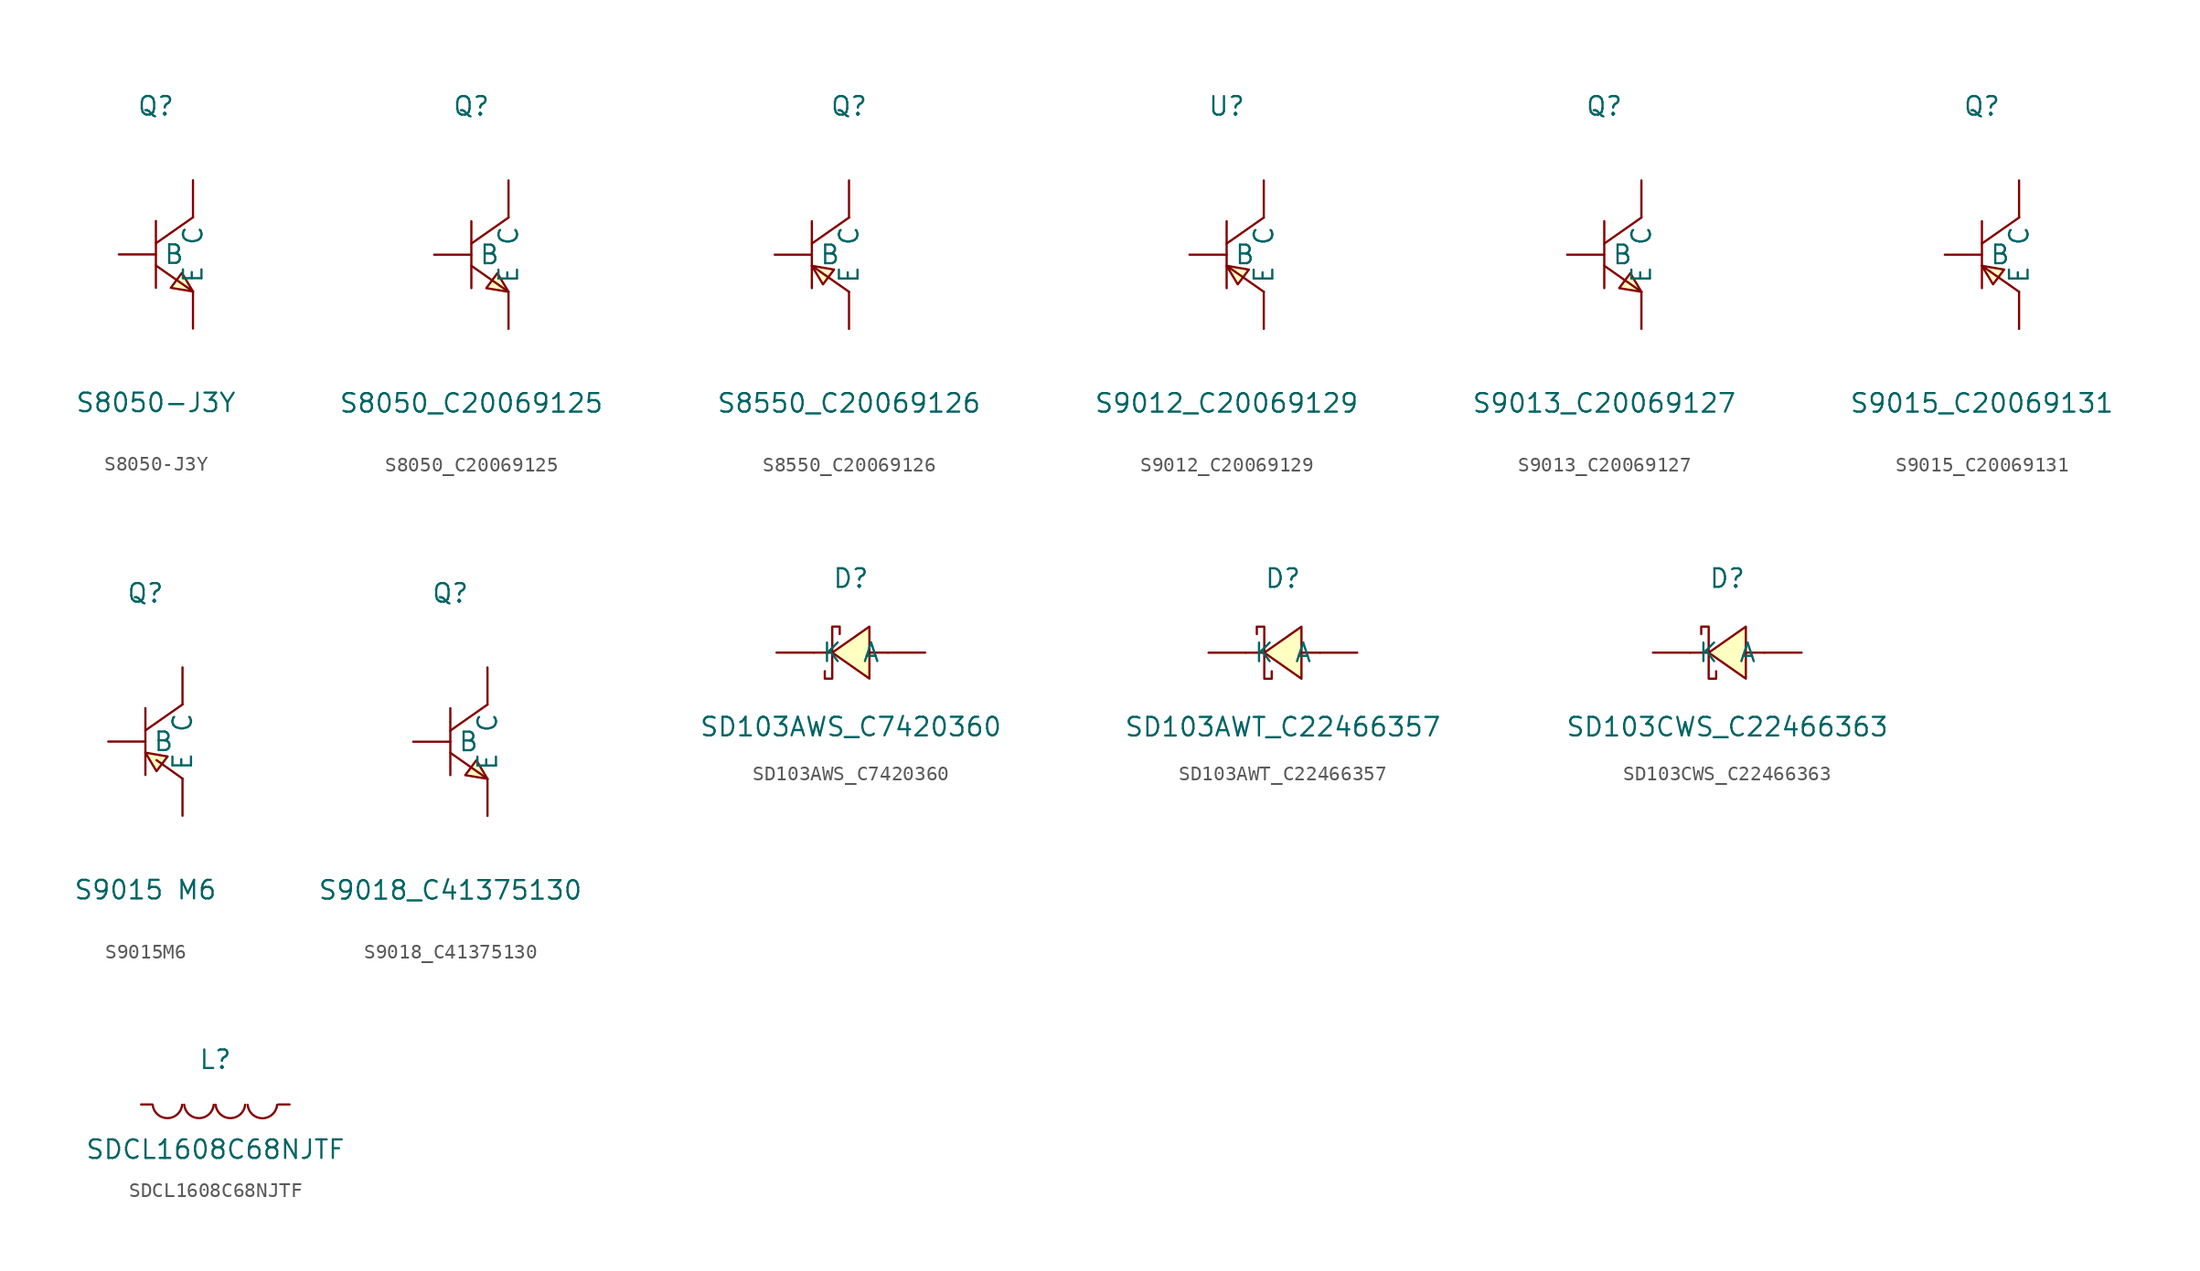
<source format=kicad_sym>
(kicad_symbol_lib
  (version 20241209)
  (generator "kicad_symbol_editor")
  (generator_version "9.0")
  (symbol "S8050-J3Y"
    (pin_numbers
      (hide yes))
    (property "Reference" "Q"
      (at 0 10.16 0)
      (effects (font (size 1.27 1.27))))
    (property "Value" "S8050-J3Y"
      (at 0 -10.16 0)
      (effects (font (size 1.27 1.27))))
    (symbol "S8050-J3Y_0_1"
      (polyline (pts (xy 0 2.29) (xy 0 -2.29)) (stroke (width 0) (type default)) (fill (type none)))
      (polyline (pts (xy 0 -0.76) (xy 2.54 -2.54)) (stroke (width 0) (type default)) (fill (type none)))
      (polyline (pts (xy 2.54 2.54) (xy 0 0.76)) (stroke (width 0) (type default)) (fill (type none)))
      (polyline (pts (xy 2.54 -2.54) (xy 1.02 -2.29) (xy 1.78 -1.27) (xy 2.54 -2.54)) (stroke (width 0) (type default)) (fill (type background)))
      (pin unspecified line (at -2.54 0 0) (length 2.54) (name "B" (effects (font (size 1.27 1.27)))) (number "1" (effects (font (size 1.27 1.27)))))
      (pin unspecified line (at 2.54 5.08 270) (length 2.54) (name "C" (effects (font (size 1.27 1.27)))) (number "3" (effects (font (size 1.27 1.27)))))
      (pin unspecified line (at 2.54 -5.08 90) (length 2.54) (name "E" (effects (font (size 1.27 1.27)))) (number "2" (effects (font (size 1.27 1.27)))))))
  (symbol "S8050_C20069125"
    (pin_numbers
      (hide yes))
    (property "Reference" "Q"
      (at 0 10.16 0)
      (effects (font (size 1.27 1.27))))
    (property "Value" "S8050_C20069125"
      (at 0 -10.16 0)
      (effects (font (size 1.27 1.27))))
    (symbol "S8050_C20069125_0_1"
      (polyline (pts (xy 0 2.29) (xy 0 -2.29)) (stroke (width 0) (type default)) (fill (type none)))
      (polyline (pts (xy 0 -0.76) (xy 2.54 -2.54)) (stroke (width 0) (type default)) (fill (type none)))
      (polyline (pts (xy 2.54 2.54) (xy 0 0.76)) (stroke (width 0) (type default)) (fill (type none)))
      (polyline (pts (xy 2.54 -2.54) (xy 1.78 -1.27) (xy 1.02 -2.29) (xy 2.54 -2.54)) (stroke (width 0) (type default)) (fill (type background)))
      (pin input line (at -2.54 0 0) (length 2.54) (name "B" (effects (font (size 1.27 1.27)))) (number "1" (effects (font (size 1.27 1.27)))))
      (pin input line (at 2.54 5.08 270) (length 2.54) (name "C" (effects (font (size 1.27 1.27)))) (number "3" (effects (font (size 1.27 1.27)))))
      (pin input line (at 2.54 -5.08 90) (length 2.54) (name "E" (effects (font (size 1.27 1.27)))) (number "2" (effects (font (size 1.27 1.27)))))))
  (symbol "S8550_C20069126"
    (pin_numbers
      (hide yes))
    (property "Reference" "Q"
      (at 0 10.16 0)
      (effects (font (size 1.27 1.27))))
    (property "Value" "S8550_C20069126"
      (at 0 -10.16 0)
      (effects (font (size 1.27 1.27))))
    (symbol "S8550_C20069126_0_1"
      (polyline (pts (xy -2.54 2.29) (xy -2.54 -2.29)) (stroke (width 0) (type default)) (fill (type none)))
      (polyline (pts (xy -2.54 -0.76) (xy 0 -2.54)) (stroke (width 0) (type default)) (fill (type none)))
      (polyline (pts (xy -2.54 -0.76) (xy -1.78 -2.03) (xy -1.02 -1.02) (xy -2.54 -0.76)) (stroke (width 0) (type default)) (fill (type background)))
      (polyline (pts (xy 0 2.54) (xy -2.54 0.76)) (stroke (width 0) (type default)) (fill (type none)))
      (pin input line (at -5.08 0 0) (length 2.54) (name "B" (effects (font (size 1.27 1.27)))) (number "1" (effects (font (size 1.27 1.27)))))
      (pin input line (at 0 5.08 270) (length 2.54) (name "C" (effects (font (size 1.27 1.27)))) (number "3" (effects (font (size 1.27 1.27)))))
      (pin input line (at 0 -5.08 90) (length 2.54) (name "E" (effects (font (size 1.27 1.27)))) (number "2" (effects (font (size 1.27 1.27)))))))
  (symbol "S9012_C20069129"
    (pin_numbers
      (hide yes))
    (property "Reference" "U"
      (at 0 10.16 0)
      (effects (font (size 1.27 1.27))))
    (property "Value" "S9012_C20069129"
      (at 0 -10.16 0)
      (effects (font (size 1.27 1.27))))
    (symbol "S9012_C20069129_0_1"
      (polyline (pts (xy 0 2.29) (xy 0 -2.29)) (stroke (width 0) (type default)) (fill (type none)))
      (polyline (pts (xy 0 -0.76) (xy 2.54 -2.54)) (stroke (width 0) (type default)) (fill (type none)))
      (polyline (pts (xy 0 -0.76) (xy 0.76 -2.03) (xy 1.52 -1.02) (xy 0 -0.76)) (stroke (width 0) (type default)) (fill (type background)))
      (polyline (pts (xy 2.54 2.54) (xy 0 0.76)) (stroke (width 0) (type default)) (fill (type none)))
      (pin input line (at -2.54 0 0) (length 2.54) (name "B" (effects (font (size 1.27 1.27)))) (number "1" (effects (font (size 1.27 1.27)))))
      (pin input line (at 2.54 5.08 270) (length 2.54) (name "C" (effects (font (size 1.27 1.27)))) (number "3" (effects (font (size 1.27 1.27)))))
      (pin input line (at 2.54 -5.08 90) (length 2.54) (name "E" (effects (font (size 1.27 1.27)))) (number "2" (effects (font (size 1.27 1.27)))))))
  (symbol "S9013_C20069127"
    (pin_numbers
      (hide yes))
    (property "Reference" "Q"
      (at 0 10.16 0)
      (effects (font (size 1.27 1.27))))
    (property "Value" "S9013_C20069127"
      (at 0 -10.16 0)
      (effects (font (size 1.27 1.27))))
    (symbol "S9013_C20069127_0_1"
      (polyline (pts (xy 0 2.29) (xy 0 -2.29)) (stroke (width 0) (type default)) (fill (type none)))
      (polyline (pts (xy 0 -0.76) (xy 2.54 -2.54)) (stroke (width 0) (type default)) (fill (type none)))
      (polyline (pts (xy 2.54 2.54) (xy 0 0.76)) (stroke (width 0) (type default)) (fill (type none)))
      (polyline (pts (xy 2.54 -2.54) (xy 1.78 -1.27) (xy 1.02 -2.29) (xy 2.54 -2.54)) (stroke (width 0) (type default)) (fill (type background)))
      (pin input line (at -2.54 0 0) (length 2.54) (name "B" (effects (font (size 1.27 1.27)))) (number "1" (effects (font (size 1.27 1.27)))))
      (pin input line (at 2.54 5.08 270) (length 2.54) (name "C" (effects (font (size 1.27 1.27)))) (number "3" (effects (font (size 1.27 1.27)))))
      (pin input line (at 2.54 -5.08 90) (length 2.54) (name "E" (effects (font (size 1.27 1.27)))) (number "2" (effects (font (size 1.27 1.27)))))))
  (symbol "S9015_C20069131"
    (pin_numbers
      (hide yes))
    (property "Reference" "Q"
      (at 0 10.16 0)
      (effects (font (size 1.27 1.27))))
    (property "Value" "S9015_C20069131"
      (at 0 -10.16 0)
      (effects (font (size 1.27 1.27))))
    (symbol "S9015_C20069131_0_1"
      (polyline (pts (xy 0 2.29) (xy 0 -2.29)) (stroke (width 0) (type default)) (fill (type none)))
      (polyline (pts (xy 0 -0.76) (xy 2.54 -2.54)) (stroke (width 0) (type default)) (fill (type none)))
      (polyline (pts (xy 0 -0.76) (xy 0.76 -2.03) (xy 1.52 -1.02) (xy 0 -0.76)) (stroke (width 0) (type default)) (fill (type background)))
      (polyline (pts (xy 2.54 2.54) (xy 0 0.76)) (stroke (width 0) (type default)) (fill (type none)))
      (pin input line (at -2.54 0 0) (length 2.54) (name "B" (effects (font (size 1.27 1.27)))) (number "1" (effects (font (size 1.27 1.27)))))
      (pin input line (at 2.54 5.08 270) (length 2.54) (name "C" (effects (font (size 1.27 1.27)))) (number "3" (effects (font (size 1.27 1.27)))))
      (pin input line (at 2.54 -5.08 90) (length 2.54) (name "E" (effects (font (size 1.27 1.27)))) (number "2" (effects (font (size 1.27 1.27)))))))
  (symbol "S9015M6"
    (pin_numbers
      (hide yes))
    (property "Reference" "Q"
      (at 0 10.16 0)
      (effects (font (size 1.27 1.27))))
    (property "Value" "S9015 M6"
      (at 0 -10.16 0)
      (effects (font (size 1.27 1.27))))
    (symbol "S9015M6_0_1"
      (polyline (pts (xy 0 2.29) (xy 0 -2.29)) (stroke (width 0) (type default)) (fill (type none)))
      (polyline (pts (xy 0 -0.76) (xy 1.52 -1.02) (xy 0.76 -2.03) (xy 0 -0.76)) (stroke (width 0) (type default)) (fill (type background)))
      (polyline (pts (xy 0.76 -1.27) (xy 2.54 -2.54)) (stroke (width 0) (type default)) (fill (type none)))
      (polyline (pts (xy 2.54 2.54) (xy 0 0.76)) (stroke (width 0) (type default)) (fill (type none)))
      (pin unspecified line (at -2.54 0 0) (length 2.54) (name "B" (effects (font (size 1.27 1.27)))) (number "1" (effects (font (size 1.27 1.27)))))
      (pin unspecified line (at 2.54 5.08 270) (length 2.54) (name "C" (effects (font (size 1.27 1.27)))) (number "3" (effects (font (size 1.27 1.27)))))
      (pin unspecified line (at 2.54 -5.08 90) (length 2.54) (name "E" (effects (font (size 1.27 1.27)))) (number "2" (effects (font (size 1.27 1.27)))))))
  (symbol "S9018_C41375130"
    (pin_numbers
      (hide yes))
    (property "Reference" "Q"
      (at 0 10.16 0)
      (effects (font (size 1.27 1.27))))
    (property "Value" "S9018_C41375130"
      (at 0 -10.16 0)
      (effects (font (size 1.27 1.27))))
    (symbol "S9018_C41375130_0_1"
      (polyline (pts (xy 0 2.29) (xy 0 -2.29)) (stroke (width 0) (type default)) (fill (type none)))
      (polyline (pts (xy 0 -0.76) (xy 2.54 -2.54)) (stroke (width 0) (type default)) (fill (type none)))
      (polyline (pts (xy 2.54 2.54) (xy 0 0.76)) (stroke (width 0) (type default)) (fill (type none)))
      (polyline (pts (xy 2.54 -2.54) (xy 1.78 -1.27) (xy 1.02 -2.29) (xy 2.54 -2.54)) (stroke (width 0) (type default)) (fill (type background)))
      (pin input line (at -2.54 0 0) (length 2.54) (name "B" (effects (font (size 1.27 1.27)))) (number "1" (effects (font (size 1.27 1.27)))))
      (pin input line (at 2.54 5.08 270) (length 2.54) (name "C" (effects (font (size 1.27 1.27)))) (number "3" (effects (font (size 1.27 1.27)))))
      (pin input line (at 2.54 -5.08 90) (length 2.54) (name "E" (effects (font (size 1.27 1.27)))) (number "2" (effects (font (size 1.27 1.27)))))))
  (symbol "SD103AWS_C7420360"
    (pin_numbers
      (hide yes))
    (property "Reference" "D"
      (at 0 5.08 0)
      (effects (font (size 1.27 1.27))))
    (property "Value" "SD103AWS_C7420360"
      (at 0 -5.08 0)
      (effects (font (size 1.27 1.27))))
    (symbol "SD103AWS_C7420360_0_1"
      (polyline (pts (xy -1.78 -1.27) (xy -1.78 -1.78) (xy -1.27 -1.78) (xy -1.27 1.78) (xy -0.76 1.78) (xy -0.76 1.27)) (stroke (width 0) (type default)) (fill (type none)))
      (polyline (pts (xy -1.27 0) (xy -2.54 0)) (stroke (width 0) (type default)) (fill (type none)))
      (polyline (pts (xy 1.27 -1.78) (xy -1.27 0) (xy 1.27 1.78) (xy 1.27 -1.78)) (stroke (width 0) (type default)) (fill (type background)))
      (polyline (pts (xy 2.54 0) (xy 1.27 0)) (stroke (width 0) (type default)) (fill (type none)))
      (pin unspecified line (at -5.08 0 0) (length 2.54) (name "K" (effects (font (size 1.27 1.27)))) (number "1" (effects (font (size 1.27 1.27)))))
      (pin unspecified line (at 5.08 0 180) (length 2.54) (name "A" (effects (font (size 1.27 1.27)))) (number "2" (effects (font (size 1.27 1.27)))))))
  (symbol "SD103AWT_C22466357"
    (pin_numbers
      (hide yes))
    (property "Reference" "D"
      (at 0 5.08 0)
      (effects (font (size 1.27 1.27))))
    (property "Value" "SD103AWT_C22466357"
      (at 0 -5.08 0)
      (effects (font (size 1.27 1.27))))
    (symbol "SD103AWT_C22466357_0_1"
      (polyline (pts (xy -1.78 1.27) (xy -1.78 1.78) (xy -1.27 1.78) (xy -1.27 -1.78) (xy -0.76 -1.78) (xy -0.76 -1.27)) (stroke (width 0) (type default)) (fill (type none)))
      (polyline (pts (xy -1.27 0) (xy -2.54 0)) (stroke (width 0) (type default)) (fill (type none)))
      (polyline (pts (xy 1.27 1.78) (xy -1.27 0) (xy 1.27 -1.78) (xy 1.27 1.78)) (stroke (width 0) (type default)) (fill (type background)))
      (polyline (pts (xy 2.54 0) (xy 1.27 0)) (stroke (width 0) (type default)) (fill (type none)))
      (pin unspecified line (at -5.08 0 0) (length 2.54) (name "K" (effects (font (size 1.27 1.27)))) (number "1" (effects (font (size 1.27 1.27)))))
      (pin unspecified line (at 5.08 0 180) (length 2.54) (name "A" (effects (font (size 1.27 1.27)))) (number "2" (effects (font (size 1.27 1.27)))))))
  (symbol "SD103CWS_C22466363"
    (pin_numbers
      (hide yes))
    (property "Reference" "D"
      (at 0 5.08 0)
      (effects (font (size 1.27 1.27))))
    (property "Value" "SD103CWS_C22466363"
      (at 0 -5.08 0)
      (effects (font (size 1.27 1.27))))
    (symbol "SD103CWS_C22466363_0_1"
      (polyline (pts (xy -1.78 1.27) (xy -1.78 1.78) (xy -1.27 1.78) (xy -1.27 -1.78) (xy -0.76 -1.78) (xy -0.76 -1.27)) (stroke (width 0) (type default)) (fill (type none)))
      (polyline (pts (xy -1.27 0) (xy -2.54 0)) (stroke (width 0) (type default)) (fill (type none)))
      (polyline (pts (xy 1.27 1.78) (xy -1.27 0) (xy 1.27 -1.78) (xy 1.27 1.78)) (stroke (width 0) (type default)) (fill (type background)))
      (polyline (pts (xy 2.54 0) (xy 1.27 0)) (stroke (width 0) (type default)) (fill (type none)))
      (pin unspecified line (at -5.08 0 0) (length 2.54) (name "K" (effects (font (size 1.27 1.27)))) (number "1" (effects (font (size 1.27 1.27)))))
      (pin unspecified line (at 5.08 0 180) (length 2.54) (name "A" (effects (font (size 1.27 1.27)))) (number "2" (effects (font (size 1.27 1.27)))))))
  (symbol "SDCL1608C68NJTF"
    (pin_numbers
      (hide yes))
    (pin_names
      (hide yes))
    (property "Reference" "L"
      (at 0 3.08 0)
      (effects (font (size 1.27 1.27))))
    (property "Value" "SDCL1608C68NJTF"
      (at 0 -3.08 0)
      (effects (font (size 1.27 1.27))))
    (symbol "SDCL1608C68NJTF_0_1"
      (arc (start -2.27 -0.02) (mid -3.28 -0.937) (end -4.29 -0.02) (stroke (width 0) (type default)) (fill (type none)))
      (arc (start -0.11 -0.02) (mid -1.12 -0.937) (end -2.13 -0.02) (stroke (width 0) (type default)) (fill (type none)))
      (arc (start 2.04 -0.02) (mid 1.03 -0.937) (end 0.02 -0.02) (stroke (width 0) (type default)) (fill (type none)))
      (arc (start 4.23 -0.02) (mid 3.22 -0.9448) (end 2.21 -0.02) (stroke (width 0) (type default)) (fill (type none)))
      (pin unspecified line (at -5.08 0 0) (length 0.762) (name "1" (effects (font (size 1.27 1.27)))) (number "1" (effects (font (size 1.27 1.27)))))
      (pin unspecified line (at 5.08 0 180) (length 0.762) (name "2" (effects (font (size 1.27 1.27)))) (number "2" (effects (font (size 1.27 1.27))))))))
</source>
